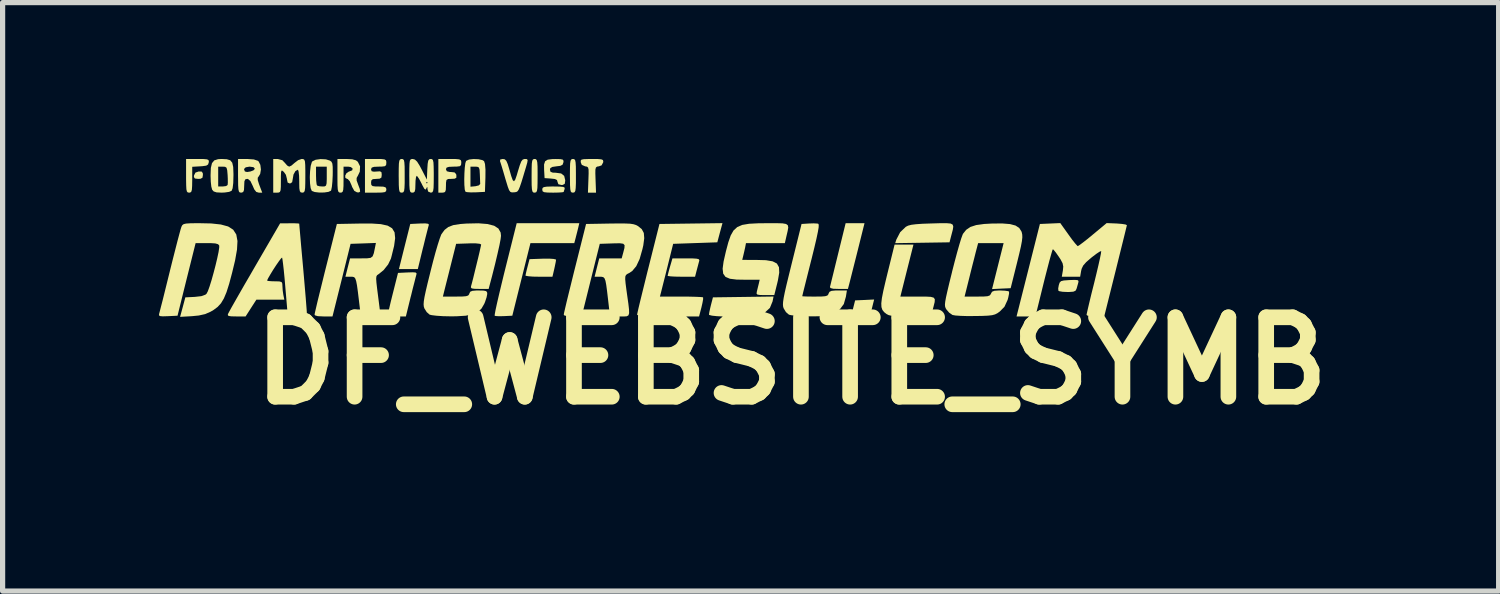
<source format=kicad_pcb>
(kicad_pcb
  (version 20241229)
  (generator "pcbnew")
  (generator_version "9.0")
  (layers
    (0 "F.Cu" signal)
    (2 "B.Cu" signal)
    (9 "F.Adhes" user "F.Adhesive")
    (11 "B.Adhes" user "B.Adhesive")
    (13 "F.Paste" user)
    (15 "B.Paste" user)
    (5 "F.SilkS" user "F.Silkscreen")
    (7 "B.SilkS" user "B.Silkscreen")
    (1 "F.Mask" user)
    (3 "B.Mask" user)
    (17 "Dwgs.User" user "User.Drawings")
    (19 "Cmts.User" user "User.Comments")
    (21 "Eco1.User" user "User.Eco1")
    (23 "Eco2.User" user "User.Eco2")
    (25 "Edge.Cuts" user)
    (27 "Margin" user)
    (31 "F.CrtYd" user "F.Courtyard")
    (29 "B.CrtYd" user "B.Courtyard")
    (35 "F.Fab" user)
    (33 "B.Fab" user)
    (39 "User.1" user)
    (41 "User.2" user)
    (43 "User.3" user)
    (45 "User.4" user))
  (footprint "DF_WEBSITE_SYMB"
    (layer "F.Cu")
    (at 12.135 3.872)
    (property "Reference" "DF_WEBSITE_SYMB" (at 0 0 0) (layer "F.SilkS") (effects (font (size 1.524 1.524) (thickness 0.3))))
    (attr board_only exclude_from_pos_files exclude_from_bom)
    (fp_poly (pts (xy -11.314 -3.63) (xy -11.294 -3.598) (xy -11.292 -3.566) (xy -11.301 -3.512) (xy -11.339 -3.492) (xy -11.382 -3.49) (xy -11.445 -3.497) (xy -11.465 -3.525) (xy -11.463 -3.556) (xy -11.435 -3.611) (xy -11.373 -3.632)) (stroke (width 0) (type solid)) (fill yes) (layer "F.SilkS"))
    (fp_poly (pts (xy -6.971 -2.629) (xy -6.956 -2.611) (xy -6.958 -2.605) (xy -6.97 -2.563) (xy -6.992 -2.477) (xy -7.023 -2.356) (xy -7.058 -2.212) (xy -7.071 -2.163) (xy -7.169 -1.76) (xy -7.531 -1.76) (xy -7.423 -2.192) (xy -7.314 -2.625) (xy -7.129 -2.634) (xy -7.026 -2.636)) (stroke (width 0) (type solid)) (fill yes) (layer "F.SilkS"))
    (fp_poly (pts (xy 1.565 -1.094) (xy 1.537 -0.981) (xy 1.514 -0.913) (xy 1.486 -0.877) (xy 1.441 -0.863) (xy 1.369 -0.858) (xy 1.346 -0.857) (xy 1.254 -0.855) (xy 1.188 -0.859) (xy 1.168 -0.865) (xy 1.165 -0.902) (xy 1.175 -0.974) (xy 1.186 -1.021) (xy 1.221 -1.159) (xy 1.403 -1.167) (xy 1.586 -1.176)) (stroke (width 0) (type solid)) (fill yes) (layer "F.SilkS"))
    (fp_poly (pts (xy -4.562 -1.954) (xy -4.519 -1.943) (xy -4.517 -1.939) (xy -4.523 -1.896) (xy -4.539 -1.818) (xy -4.551 -1.762) (xy -4.586 -1.613) (xy -4.845 -1.613) (xy -4.959 -1.615) (xy -5.048 -1.622) (xy -5.097 -1.631) (xy -5.103 -1.635) (xy -5.096 -1.674) (xy -5.078 -1.75) (xy -5.064 -1.804) (xy -5.026 -1.95) (xy -4.772 -1.959) (xy -4.649 -1.96)) (stroke (width 0) (type solid)) (fill yes) (layer "F.SilkS"))
    (fp_poly (pts (xy -1.895 -1.964) (xy -1.818 -1.959) (xy -1.779 -1.949) (xy -1.768 -1.931) (xy -1.771 -1.914) (xy -1.787 -1.854) (xy -1.81 -1.767) (xy -1.818 -1.738) (xy -1.85 -1.613) (xy -2.113 -1.613) (xy -2.229 -1.615) (xy -2.319 -1.62) (xy -2.369 -1.627) (xy -2.376 -1.631) (xy -2.368 -1.666) (xy -2.349 -1.74) (xy -2.33 -1.807) (xy -2.284 -1.965) (xy -2.02 -1.965)) (stroke (width 0) (type solid)) (fill yes) (layer "F.SilkS"))
    (fp_poly (pts (xy -0.363 -1.139) (xy -0.414 -1.015) (xy -0.513 -0.924) (xy -0.578 -0.891) (xy -0.642 -0.875) (xy -0.744 -0.863) (xy -0.874 -0.854) (xy -1.019 -0.849) (xy -1.168 -0.848) (xy -1.309 -0.85) (xy -1.432 -0.856) (xy -1.525 -0.866) (xy -1.577 -0.879) (xy -1.583 -0.887) (xy -1.576 -0.935) (xy -1.558 -1.017) (xy -1.545 -1.071) (xy -1.507 -1.217) (xy -0.344 -1.233)) (stroke (width 0) (type solid)) (fill yes) (layer "F.SilkS"))
    (fp_poly (pts (xy 1.271 -2.119) (xy 1.227 -1.944) (xy 1.186 -1.782) (xy 1.151 -1.643) (xy 1.125 -1.54) (xy 1.112 -1.489) (xy 1.083 -1.379) (xy 0.906 -1.379) (xy 0.802 -1.382) (xy 0.749 -1.395) (xy 0.738 -1.416) (xy 0.748 -1.454) (xy 0.769 -1.541) (xy 0.8 -1.666) (xy 0.838 -1.822) (xy 0.881 -1.997) (xy 0.893 -2.046) (xy 1.039 -2.64) (xy 1.401 -2.64)) (stroke (width 0) (type solid)) (fill yes) (layer "F.SilkS"))
    (fp_poly (pts (xy 3.054 -2.633) (xy 3.093 -2.612) (xy 3.104 -2.574) (xy 3.095 -2.515) (xy 3.073 -2.431) (xy 3.07 -2.42) (xy 3.032 -2.273) (xy 1.99 -2.257) (xy 2.011 -2.324) (xy 2.086 -2.468) (xy 2.194 -2.571) (xy 2.238 -2.593) (xy 2.299 -2.609) (xy 2.387 -2.62) (xy 2.513 -2.629) (xy 2.687 -2.635) (xy 2.691 -2.635) (xy 2.86 -2.64) (xy 2.979 -2.64)) (stroke (width 0) (type solid)) (fill yes) (layer "F.SilkS"))
    (fp_poly (pts (xy -7.212 -1.694) (xy -7.193 -1.678) (xy -7.197 -1.651) (xy -7.21 -1.604) (xy -7.233 -1.512) (xy -7.265 -1.389) (xy -7.3 -1.246) (xy -7.306 -1.225) (xy -7.398 -0.851) (xy -7.571 -0.851) (xy -7.679 -0.856) (xy -7.734 -0.872) (xy -7.742 -0.887) (xy -7.735 -0.928) (xy -7.716 -1.014) (xy -7.688 -1.133) (xy -7.653 -1.274) (xy -7.645 -1.305) (xy -7.549 -1.686) (xy -7.365 -1.695) (xy -7.265 -1.698)) (stroke (width 0) (type solid)) (fill yes) (layer "F.SilkS"))
    (fp_poly (pts (xy -4.444 -3.342) (xy -4.379 -3.336) (xy -4.352 -3.322) (xy -4.352 -3.299) (xy -4.352 -3.297) (xy -4.368 -3.251) (xy -4.37 -3.239) (xy -4.397 -3.233) (xy -4.468 -3.228) (xy -4.567 -3.226) (xy -4.576 -3.226) (xy -4.683 -3.228) (xy -4.745 -3.235) (xy -4.774 -3.251) (xy -4.781 -3.28) (xy -4.781 -3.285) (xy -4.776 -3.315) (xy -4.752 -3.332) (xy -4.698 -3.341) (xy -4.602 -3.344) (xy -4.558 -3.344)) (stroke (width 0) (type solid)) (fill yes) (layer "F.SilkS"))
    (fp_poly (pts (xy -4.09 -2.559) (xy -4.111 -2.474) (xy -4.136 -2.377) (xy -4.138 -2.368) (xy -4.167 -2.258) (xy -5.008 -2.258) (xy -5.182 -1.562) (xy -5.356 -0.865) (xy -5.517 -0.857) (xy -5.609 -0.855) (xy -5.675 -0.859) (xy -5.695 -0.865) (xy -5.692 -0.897) (xy -5.677 -0.978) (xy -5.65 -1.102) (xy -5.613 -1.262) (xy -5.568 -1.451) (xy -5.517 -1.661) (xy -5.492 -1.761) (xy -5.272 -2.64) (xy -4.071 -2.64)) (stroke (width 0) (type solid)) (fill yes) (layer "F.SilkS"))
    (fp_poly (pts (xy 5.488 -1.548) (xy 5.507 -1.532) (xy 5.503 -1.501) (xy 5.502 -1.497) (xy 5.479 -1.416) (xy 5.468 -1.379) (xy 5.449 -1.344) (xy 5.407 -1.326) (xy 5.326 -1.32) (xy 5.294 -1.32) (xy 5.203 -1.324) (xy 5.139 -1.335) (xy 5.121 -1.344) (xy 5.117 -1.388) (xy 5.129 -1.454) (xy 5.145 -1.501) (xy 5.172 -1.528) (xy 5.225 -1.541) (xy 5.32 -1.548) (xy 5.335 -1.549) (xy 5.435 -1.552)) (stroke (width 0) (type solid)) (fill yes) (layer "F.SilkS"))
    (fp_poly (pts (xy -11.28 -3.871) (xy -11.215 -3.865) (xy -11.185 -3.852) (xy -11.178 -3.827) (xy -11.18 -3.806) (xy -11.193 -3.766) (xy -11.228 -3.744) (xy -11.301 -3.734) (xy -11.343 -3.731) (xy -11.497 -3.722) (xy -11.497 -3.474) (xy -11.499 -3.353) (xy -11.504 -3.28) (xy -11.516 -3.242) (xy -11.537 -3.228) (xy -11.556 -3.226) (xy -11.582 -3.23) (xy -11.599 -3.248) (xy -11.609 -3.29) (xy -11.613 -3.367) (xy -11.615 -3.488) (xy -11.615 -3.549) (xy -11.615 -3.872) (xy -11.393 -3.872)) (stroke (width 0) (type solid)) (fill yes) (layer "F.SilkS"))
    (fp_poly (pts (xy -7.453 -3.868) (xy -7.436 -3.849) (xy -7.427 -3.806) (xy -7.422 -3.728) (xy -7.421 -3.604) (xy -7.421 -3.549) (xy -7.421 -3.408) (xy -7.425 -3.315) (xy -7.432 -3.261) (xy -7.446 -3.235) (xy -7.468 -3.227) (xy -7.478 -3.226) (xy -7.503 -3.23) (xy -7.52 -3.249) (xy -7.529 -3.293) (xy -7.534 -3.372) (xy -7.535 -3.495) (xy -7.536 -3.549) (xy -7.535 -3.69) (xy -7.532 -3.783) (xy -7.524 -3.837) (xy -7.51 -3.863) (xy -7.488 -3.871) (xy -7.478 -3.872)) (stroke (width 0) (type solid)) (fill yes) (layer "F.SilkS"))
    (fp_poly (pts (xy -4.903 -3.868) (xy -4.887 -3.849) (xy -4.877 -3.806) (xy -4.872 -3.728) (xy -4.871 -3.605) (xy -4.871 -3.549) (xy -4.872 -3.408) (xy -4.875 -3.315) (xy -4.883 -3.261) (xy -4.897 -3.235) (xy -4.919 -3.227) (xy -4.929 -3.226) (xy -4.954 -3.23) (xy -4.97 -3.249) (xy -4.98 -3.293) (xy -4.985 -3.371) (xy -4.986 -3.495) (xy -4.986 -3.549) (xy -4.985 -3.69) (xy -4.982 -3.783) (xy -4.974 -3.837) (xy -4.96 -3.863) (xy -4.938 -3.871) (xy -4.929 -3.872)) (stroke (width 0) (type solid)) (fill yes) (layer "F.SilkS"))
    (fp_poly (pts (xy -4.168 -3.868) (xy -4.151 -3.849) (xy -4.142 -3.806) (xy -4.137 -3.728) (xy -4.136 -3.604) (xy -4.136 -3.549) (xy -4.136 -3.408) (xy -4.14 -3.315) (xy -4.147 -3.261) (xy -4.161 -3.235) (xy -4.183 -3.227) (xy -4.193 -3.226) (xy -4.218 -3.23) (xy -4.235 -3.249) (xy -4.244 -3.293) (xy -4.249 -3.372) (xy -4.25 -3.495) (xy -4.251 -3.549) (xy -4.25 -3.69) (xy -4.247 -3.783) (xy -4.239 -3.837) (xy -4.225 -3.863) (xy -4.203 -3.871) (xy -4.193 -3.872)) (stroke (width 0) (type solid)) (fill yes) (layer "F.SilkS"))
    (fp_poly (pts (xy -3.715 -3.871) (xy -3.649 -3.865) (xy -3.618 -3.852) (xy -3.611 -3.828) (xy -3.613 -3.806) (xy -3.644 -3.749) (xy -3.696 -3.731) (xy -3.731 -3.725) (xy -3.752 -3.708) (xy -3.762 -3.668) (xy -3.763 -3.594) (xy -3.759 -3.474) (xy -3.75 -3.226) (xy -3.905 -3.226) (xy -3.896 -3.474) (xy -3.892 -3.595) (xy -3.893 -3.669) (xy -3.903 -3.708) (xy -3.924 -3.725) (xy -3.96 -3.731) (xy -4.023 -3.759) (xy -4.042 -3.806) (xy -4.044 -3.839) (xy -4.029 -3.859) (xy -3.986 -3.868) (xy -3.902 -3.871) (xy -3.828 -3.872)) (stroke (width 0) (type solid)) (fill yes) (layer "F.SilkS"))
    (fp_poly (pts (xy 2.214 -1.73) (xy 2.089 -1.232) (xy 2.423 -1.232) (xy 2.572 -1.232) (xy 2.671 -1.227) (xy 2.727 -1.212) (xy 2.75 -1.181) (xy 2.747 -1.127) (xy 2.726 -1.043) (xy 2.718 -1.012) (xy 2.68 -0.865) (xy 2.286 -0.857) (xy 2.119 -0.855) (xy 1.999 -0.857) (xy 1.917 -0.864) (xy 1.863 -0.877) (xy 1.824 -0.897) (xy 1.824 -0.897) (xy 1.777 -0.934) (xy 1.744 -0.976) (xy 1.726 -1.03) (xy 1.723 -1.103) (xy 1.735 -1.205) (xy 1.762 -1.342) (xy 1.804 -1.523) (xy 1.838 -1.663) (xy 1.978 -2.229) (xy 2.34 -2.229)) (stroke (width 0) (type solid)) (fill yes) (layer "F.SilkS"))
    (fp_poly (pts (xy -4.432 -3.869) (xy -4.387 -3.859) (xy -4.373 -3.835) (xy -4.376 -3.806) (xy -4.392 -3.762) (xy -4.435 -3.74) (xy -4.51 -3.731) (xy -4.59 -3.719) (xy -4.627 -3.697) (xy -4.634 -3.665) (xy -4.623 -3.626) (xy -4.58 -3.61) (xy -4.523 -3.608) (xy -4.419 -3.594) (xy -4.361 -3.548) (xy -4.341 -3.464) (xy -4.341 -3.455) (xy -4.35 -3.395) (xy -4.389 -3.374) (xy -4.414 -3.373) (xy -4.472 -3.387) (xy -4.488 -3.43) (xy -4.499 -3.468) (xy -4.543 -3.488) (xy -4.612 -3.496) (xy -4.737 -3.505) (xy -4.746 -3.664) (xy -4.747 -3.766) (xy -4.727 -3.828) (xy -4.677 -3.859) (xy -4.585 -3.87) (xy -4.522 -3.871)) (stroke (width 0) (type solid)) (fill yes) (layer "F.SilkS"))
    (fp_poly (pts (xy -6.443 -3.871) (xy -6.378 -3.865) (xy -6.346 -3.851) (xy -6.336 -3.824) (xy -6.335 -3.798) (xy -6.34 -3.755) (xy -6.364 -3.733) (xy -6.423 -3.726) (xy -6.482 -3.725) (xy -6.571 -3.721) (xy -6.616 -3.707) (xy -6.629 -3.678) (xy -6.629 -3.673) (xy -6.612 -3.636) (xy -6.555 -3.622) (xy -6.533 -3.622) (xy -6.464 -3.614) (xy -6.434 -3.581) (xy -6.429 -3.556) (xy -6.43 -3.512) (xy -6.461 -3.494) (xy -6.524 -3.49) (xy -6.588 -3.488) (xy -6.619 -3.469) (xy -6.628 -3.418) (xy -6.629 -3.358) (xy -6.632 -3.277) (xy -6.647 -3.238) (xy -6.682 -3.227) (xy -6.702 -3.226) (xy -6.775 -3.226) (xy -6.775 -3.872) (xy -6.555 -3.872)) (stroke (width 0) (type solid)) (fill yes) (layer "F.SilkS"))
    (fp_poly (pts (xy -1.374 -2.457) (xy -1.423 -2.273) (xy -2.27 -2.244) (xy -2.376 -1.818) (xy -2.415 -1.662) (xy -2.451 -1.52) (xy -2.48 -1.405) (xy -2.499 -1.329) (xy -2.503 -1.313) (xy -2.524 -1.232) (xy -2.117 -1.232) (xy -1.969 -1.231) (xy -1.843 -1.228) (xy -1.75 -1.224) (xy -1.701 -1.219) (xy -1.696 -1.217) (xy -1.695 -1.183) (xy -1.708 -1.11) (xy -1.727 -1.027) (xy -1.773 -0.851) (xy -2.368 -0.851) (xy -2.579 -0.851) (xy -2.738 -0.854) (xy -2.85 -0.859) (xy -2.92 -0.867) (xy -2.955 -0.878) (xy -2.962 -0.887) (xy -2.954 -0.924) (xy -2.935 -1.01) (xy -2.904 -1.139) (xy -2.864 -1.302) (xy -2.817 -1.492) (xy -2.765 -1.703) (xy -2.747 -1.774) (xy -2.533 -2.625) (xy -1.324 -2.641)) (stroke (width 0) (type solid)) (fill yes) (layer "F.SilkS"))
    (fp_poly (pts (xy -6.006 -3.867) (xy -5.929 -3.85) (xy -5.898 -3.831) (xy -5.88 -3.776) (xy -5.871 -3.667) (xy -5.872 -3.515) (xy -5.881 -3.241) (xy -6.058 -3.232) (xy -6.155 -3.231) (xy -6.228 -3.236) (xy -6.256 -3.245) (xy -6.269 -3.287) (xy -6.273 -3.34) (xy -6.159 -3.34) (xy -6.064 -3.349) (xy -5.999 -3.365) (xy -5.972 -3.393) (xy -5.972 -3.395) (xy -5.974 -3.444) (xy -5.977 -3.528) (xy -5.979 -3.578) (xy -5.984 -3.665) (xy -5.997 -3.708) (xy -6.029 -3.723) (xy -6.071 -3.725) (xy -6.159 -3.725) (xy -6.159 -3.34) (xy -6.273 -3.34) (xy -6.276 -3.37) (xy -6.278 -3.479) (xy -6.275 -3.597) (xy -6.268 -3.707) (xy -6.257 -3.792) (xy -6.242 -3.836) (xy -6.241 -3.836) (xy -6.186 -3.861) (xy -6.1 -3.871)) (stroke (width 0) (type solid)) (fill yes) (layer "F.SilkS"))
    (fp_poly (pts (xy -10.834 -3.867) (xy -10.768 -3.847) (xy -10.729 -3.8) (xy -10.711 -3.718) (xy -10.706 -3.589) (xy -10.706 -3.554) (xy -10.71 -3.411) (xy -10.722 -3.311) (xy -10.741 -3.262) (xy -10.789 -3.241) (xy -10.872 -3.229) (xy -10.93 -3.226) (xy -11.029 -3.231) (xy -11.085 -3.249) (xy -11.115 -3.283) (xy -11.13 -3.339) (xy -11.131 -3.344) (xy -10.999 -3.344) (xy -10.913 -3.344) (xy -10.849 -3.352) (xy -10.818 -3.373) (xy -10.814 -3.416) (xy -10.815 -3.497) (xy -10.818 -3.563) (xy -10.826 -3.656) (xy -10.839 -3.704) (xy -10.867 -3.722) (xy -10.914 -3.725) (xy -10.999 -3.725) (xy -10.999 -3.344) (xy -11.131 -3.344) (xy -11.141 -3.435) (xy -11.145 -3.549) (xy -11.145 -3.56) (xy -11.14 -3.7) (xy -11.118 -3.792) (xy -11.074 -3.845) (xy -11.001 -3.868) (xy -10.936 -3.872)) (stroke (width 0) (type solid)) (fill yes) (layer "F.SilkS"))
    (fp_poly (pts (xy -5.076 -3.869) (xy -5.062 -3.851) (xy -5.069 -3.803) (xy -5.089 -3.732) (xy -5.142 -3.555) (xy -5.181 -3.427) (xy -5.211 -3.339) (xy -5.234 -3.284) (xy -5.255 -3.253) (xy -5.278 -3.239) (xy -5.306 -3.234) (xy -5.324 -3.232) (xy -5.365 -3.231) (xy -5.394 -3.241) (xy -5.418 -3.274) (xy -5.443 -3.34) (xy -5.476 -3.448) (xy -5.492 -3.501) (xy -5.528 -3.625) (xy -5.56 -3.731) (xy -5.583 -3.804) (xy -5.591 -3.825) (xy -5.589 -3.861) (xy -5.54 -3.872) (xy -5.539 -3.872) (xy -5.5 -3.865) (xy -5.471 -3.836) (xy -5.444 -3.774) (xy -5.414 -3.674) (xy -5.376 -3.542) (xy -5.348 -3.466) (xy -5.324 -3.444) (xy -5.3 -3.476) (xy -5.271 -3.559) (xy -5.249 -3.634) (xy -5.213 -3.751) (xy -5.185 -3.823) (xy -5.158 -3.859) (xy -5.126 -3.871) (xy -5.114 -3.872)) (stroke (width 0) (type solid)) (fill yes) (layer "F.SilkS"))
    (fp_poly (pts (xy -7.871 -3.871) (xy -7.809 -3.864) (xy -7.781 -3.848) (xy -7.773 -3.818) (xy -7.773 -3.798) (xy -7.777 -3.755) (xy -7.802 -3.733) (xy -7.86 -3.726) (xy -7.919 -3.725) (xy -8.008 -3.721) (xy -8.052 -3.707) (xy -8.066 -3.678) (xy -8.066 -3.672) (xy -8.055 -3.637) (xy -8.012 -3.628) (xy -7.963 -3.631) (xy -7.894 -3.635) (xy -7.866 -3.617) (xy -7.861 -3.567) (xy -7.868 -3.515) (xy -7.901 -3.494) (xy -7.963 -3.49) (xy -8.033 -3.485) (xy -8.061 -3.46) (xy -8.066 -3.417) (xy -8.061 -3.373) (xy -8.037 -3.352) (xy -7.978 -3.344) (xy -7.919 -3.344) (xy -7.831 -3.341) (xy -7.787 -3.327) (xy -7.773 -3.299) (xy -7.773 -3.285) (xy -7.778 -3.254) (xy -7.803 -3.236) (xy -7.86 -3.228) (xy -7.961 -3.226) (xy -7.978 -3.226) (xy -8.183 -3.226) (xy -8.183 -3.872) (xy -7.978 -3.872)) (stroke (width 0) (type solid)) (fill yes) (layer "F.SilkS"))
    (fp_poly (pts (xy -8.932 -3.865) (xy -8.854 -3.84) (xy -8.826 -3.819) (xy -8.809 -3.784) (xy -8.802 -3.723) (xy -8.801 -3.622) (xy -8.802 -3.555) (xy -8.808 -3.435) (xy -8.818 -3.336) (xy -8.831 -3.274) (xy -8.836 -3.263) (xy -8.883 -3.241) (xy -8.965 -3.229) (xy -9.061 -3.228) (xy -9.147 -3.238) (xy -9.202 -3.259) (xy -9.204 -3.262) (xy -9.225 -3.313) (xy -9.237 -3.405) (xy -9.241 -3.519) (xy -9.24 -3.554) (xy -9.122 -3.554) (xy -9.119 -3.458) (xy -9.111 -3.388) (xy -9.102 -3.363) (xy -9.061 -3.349) (xy -8.999 -3.344) (xy -8.955 -3.346) (xy -8.93 -3.362) (xy -8.919 -3.405) (xy -8.916 -3.487) (xy -8.916 -3.534) (xy -8.916 -3.725) (xy -9.122 -3.725) (xy -9.122 -3.554) (xy -9.24 -3.554) (xy -9.236 -3.636) (xy -9.224 -3.739) (xy -9.203 -3.81) (xy -9.193 -3.826) (xy -9.129 -3.857) (xy -9.034 -3.87)) (stroke (width 0) (type solid)) (fill yes) (layer "F.SilkS"))
    (fp_poly (pts (xy -8.427 -3.866) (xy -8.356 -3.846) (xy -8.32 -3.818) (xy -8.277 -3.731) (xy -8.282 -3.629) (xy -8.316 -3.557) (xy -8.343 -3.508) (xy -8.343 -3.46) (xy -8.316 -3.386) (xy -8.316 -3.385) (xy -8.282 -3.295) (xy -8.276 -3.246) (xy -8.299 -3.23) (xy -8.335 -3.232) (xy -8.387 -3.26) (xy -8.429 -3.335) (xy -8.44 -3.366) (xy -8.475 -3.445) (xy -8.513 -3.487) (xy -8.525 -3.49) (xy -8.559 -3.509) (xy -8.562 -3.552) (xy -8.538 -3.599) (xy -8.494 -3.629) (xy -8.484 -3.632) (xy -8.428 -3.654) (xy -8.419 -3.688) (xy -8.454 -3.717) (xy -8.506 -3.725) (xy -8.594 -3.725) (xy -8.594 -3.476) (xy -8.595 -3.354) (xy -8.6 -3.28) (xy -8.612 -3.242) (xy -8.633 -3.228) (xy -8.652 -3.226) (xy -8.678 -3.23) (xy -8.695 -3.248) (xy -8.705 -3.29) (xy -8.71 -3.367) (xy -8.711 -3.488) (xy -8.711 -3.549) (xy -8.711 -3.872) (xy -8.54 -3.872)) (stroke (width 0) (type solid)) (fill yes) (layer "F.SilkS"))
    (fp_poly (pts (xy -0.173 -2.637) (xy -0.104 -2.625) (xy -0.07 -2.6) (xy -0.062 -2.556) (xy -0.074 -2.488) (xy -0.093 -2.407) (xy -0.127 -2.258) (xy -0.873 -2.258) (xy -0.889 -2.174) (xy -0.91 -2.081) (xy -0.926 -2.013) (xy -0.945 -1.936) (xy -0.67 -1.935) (xy -0.49 -1.93) (xy -0.361 -1.908) (xy -0.28 -1.866) (xy -0.24 -1.795) (xy -0.235 -1.691) (xy -0.26 -1.545) (xy -0.273 -1.489) (xy -0.33 -1.261) (xy -0.505 -1.261) (xy -0.602 -1.262) (xy -0.653 -1.27) (xy -0.67 -1.289) (xy -0.665 -1.326) (xy -0.663 -1.335) (xy -0.641 -1.425) (xy -0.627 -1.481) (xy -0.61 -1.555) (xy -0.875 -1.555) (xy -1.052 -1.558) (xy -1.181 -1.574) (xy -1.265 -1.609) (xy -1.31 -1.671) (xy -1.321 -1.767) (xy -1.303 -1.903) (xy -1.261 -2.087) (xy -1.258 -2.1) (xy -1.212 -2.273) (xy -1.166 -2.405) (xy -1.112 -2.5) (xy -1.04 -2.566) (xy -0.944 -2.607) (xy -0.813 -2.629) (xy -0.64 -2.638) (xy -0.447 -2.64) (xy -0.285 -2.64)) (stroke (width 0) (type solid)) (fill yes) (layer "F.SilkS"))
    (fp_poly (pts (xy -10.315 -3.863) (xy -10.238 -3.837) (xy -10.224 -3.826) (xy -10.19 -3.759) (xy -10.179 -3.67) (xy -10.193 -3.586) (xy -10.218 -3.543) (xy -10.24 -3.512) (xy -10.24 -3.467) (xy -10.216 -3.39) (xy -10.207 -3.366) (xy -10.154 -3.226) (xy -10.22 -3.226) (xy -10.268 -3.24) (xy -10.307 -3.289) (xy -10.337 -3.358) (xy -10.381 -3.449) (xy -10.427 -3.488) (xy -10.444 -3.49) (xy -10.479 -3.481) (xy -10.496 -3.443) (xy -10.5 -3.361) (xy -10.5 -3.358) (xy -10.504 -3.276) (xy -10.52 -3.237) (xy -10.555 -3.226) (xy -10.559 -3.226) (xy -10.585 -3.23) (xy -10.601 -3.248) (xy -10.611 -3.29) (xy -10.616 -3.367) (xy -10.617 -3.488) (xy -10.618 -3.549) (xy -10.618 -3.679) (xy -10.504 -3.679) (xy -10.488 -3.634) (xy -10.486 -3.632) (xy -10.444 -3.622) (xy -10.38 -3.632) (xy -10.322 -3.654) (xy -10.295 -3.683) (xy -10.295 -3.684) (xy -10.322 -3.715) (xy -10.398 -3.725) (xy -10.471 -3.712) (xy -10.504 -3.679) (xy -10.618 -3.679) (xy -10.618 -3.872) (xy -10.444 -3.872)) (stroke (width 0) (type solid)) (fill yes) (layer "F.SilkS"))
    (fp_poly (pts (xy -9.768 -3.848) (xy -9.72 -3.798) (xy -9.675 -3.746) (xy -9.637 -3.725) (xy -9.594 -3.745) (xy -9.538 -3.793) (xy -9.532 -3.798) (xy -9.465 -3.849) (xy -9.398 -3.872) (xy -9.395 -3.872) (xy -9.365 -3.869) (xy -9.346 -3.856) (xy -9.334 -3.822) (xy -9.329 -3.756) (xy -9.327 -3.648) (xy -9.327 -3.549) (xy -9.328 -3.408) (xy -9.331 -3.315) (xy -9.339 -3.261) (xy -9.353 -3.235) (xy -9.375 -3.227) (xy -9.386 -3.226) (xy -9.416 -3.232) (xy -9.433 -3.255) (xy -9.442 -3.31) (xy -9.444 -3.407) (xy -9.444 -3.446) (xy -9.447 -3.551) (xy -9.456 -3.629) (xy -9.468 -3.665) (xy -9.47 -3.666) (xy -9.517 -3.64) (xy -9.554 -3.574) (xy -9.568 -3.492) (xy -9.58 -3.426) (xy -9.616 -3.403) (xy -9.625 -3.402) (xy -9.666 -3.419) (xy -9.679 -3.479) (xy -9.679 -3.486) (xy -9.7 -3.568) (xy -9.738 -3.622) (xy -9.767 -3.647) (xy -9.785 -3.648) (xy -9.793 -3.615) (xy -9.796 -3.541) (xy -9.796 -3.451) (xy -9.797 -3.338) (xy -9.802 -3.271) (xy -9.816 -3.238) (xy -9.842 -3.227) (xy -9.87 -3.226) (xy -9.943 -3.226) (xy -9.943 -3.872) (xy -9.856 -3.872)) (stroke (width 0) (type solid)) (fill yes) (layer "F.SilkS"))
    (fp_poly (pts (xy 0.496 -2.633) (xy 0.514 -2.629) (xy 0.523 -2.609) (xy 0.521 -2.559) (xy 0.506 -2.471) (xy 0.479 -2.343) (xy 0.438 -2.168) (xy 0.382 -1.941) (xy 0.379 -1.931) (xy 0.331 -1.74) (xy 0.288 -1.569) (xy 0.252 -1.425) (xy 0.225 -1.318) (xy 0.21 -1.254) (xy 0.206 -1.239) (xy 0.233 -1.236) (xy 0.305 -1.233) (xy 0.408 -1.232) (xy 0.451 -1.232) (xy 0.572 -1.233) (xy 0.647 -1.239) (xy 0.688 -1.252) (xy 0.707 -1.275) (xy 0.712 -1.291) (xy 0.73 -1.324) (xy 0.769 -1.342) (xy 0.845 -1.349) (xy 0.896 -1.349) (xy 1.063 -1.349) (xy 1.044 -1.23) (xy 1.004 -1.089) (xy 0.928 -0.987) (xy 0.81 -0.911) (xy 0.743 -0.883) (xy 0.671 -0.866) (xy 0.578 -0.856) (xy 0.449 -0.853) (xy 0.35 -0.853) (xy 0.21 -0.856) (xy 0.086 -0.864) (xy -0.007 -0.875) (xy -0.049 -0.885) (xy -0.106 -0.934) (xy -0.15 -1.006) (xy -0.16 -1.037) (xy -0.164 -1.077) (xy -0.161 -1.131) (xy -0.15 -1.207) (xy -0.129 -1.312) (xy -0.097 -1.452) (xy -0.052 -1.636) (xy 0.003 -1.86) (xy 0.193 -2.625) (xy 0.335 -2.634) (xy 0.426 -2.637)) (stroke (width 0) (type solid)) (fill yes) (layer "F.SilkS"))
    (fp_poly (pts (xy -6.895 -3.868) (xy -6.879 -3.849) (xy -6.869 -3.805) (xy -6.865 -3.726) (xy -6.863 -3.603) (xy -6.863 -3.549) (xy -6.864 -3.408) (xy -6.867 -3.315) (xy -6.875 -3.261) (xy -6.889 -3.235) (xy -6.911 -3.227) (xy -6.922 -3.226) (xy -6.971 -3.247) (xy -6.983 -3.292) (xy -6.987 -3.336) (xy -6.998 -3.324) (xy -7.006 -3.305) (xy -7.022 -3.283) (xy -7.045 -3.302) (xy -7.081 -3.367) (xy -7.097 -3.4) (xy -7.106 -3.417) (xy -7.01 -3.417) (xy -6.995 -3.402) (xy -6.981 -3.417) (xy -6.995 -3.432) (xy -7.01 -3.417) (xy -7.106 -3.417) (xy -7.139 -3.481) (xy -7.175 -3.535) (xy -7.191 -3.549) (xy -7.204 -3.522) (xy -7.213 -3.454) (xy -7.215 -3.388) (xy -7.218 -3.294) (xy -7.229 -3.246) (xy -7.253 -3.228) (xy -7.274 -3.226) (xy -7.3 -3.23) (xy -7.316 -3.248) (xy -7.326 -3.29) (xy -7.331 -3.367) (xy -7.332 -3.488) (xy -7.333 -3.549) (xy -7.332 -3.69) (xy -7.329 -3.782) (xy -7.322 -3.836) (xy -7.308 -3.863) (xy -7.285 -3.871) (xy -7.266 -3.872) (xy -7.224 -3.86) (xy -7.182 -3.82) (xy -7.132 -3.74) (xy -7.097 -3.674) (xy -6.995 -3.476) (xy -6.987 -3.674) (xy -6.98 -3.78) (xy -6.969 -3.84) (xy -6.95 -3.866) (xy -6.921 -3.872)) (stroke (width 0) (type solid)) (fill yes) (layer "F.SilkS"))
    (fp_poly (pts (xy -7.879 -2.622) (xy -7.748 -2.593) (xy -7.662 -2.542) (xy -7.615 -2.464) (xy -7.604 -2.353) (xy -7.624 -2.204) (xy -7.671 -2.013) (xy -7.685 -1.96) (xy -7.739 -1.848) (xy -7.826 -1.739) (xy -7.927 -1.658) (xy -7.929 -1.657) (xy -7.951 -1.642) (xy -7.964 -1.617) (xy -7.968 -1.574) (xy -7.963 -1.5) (xy -7.95 -1.387) (xy -7.936 -1.277) (xy -7.918 -1.137) (xy -7.903 -1.018) (xy -7.893 -0.93) (xy -7.89 -0.888) (xy -7.911 -0.866) (xy -7.977 -0.854) (xy -8.076 -0.851) (xy -8.262 -0.851) (xy -8.298 -1.151) (xy -8.319 -1.324) (xy -8.336 -1.448) (xy -8.352 -1.53) (xy -8.369 -1.579) (xy -8.39 -1.604) (xy -8.42 -1.612) (xy -8.46 -1.613) (xy -8.462 -1.613) (xy -8.558 -1.613) (xy -8.514 -1.789) (xy -8.469 -1.965) (xy -8.255 -1.965) (xy -8.142 -1.966) (xy -8.074 -1.975) (xy -8.036 -2.004) (xy -8.013 -2.064) (xy -7.992 -2.164) (xy -7.973 -2.261) (xy -8.216 -2.252) (xy -8.459 -2.244) (xy -8.632 -1.547) (xy -8.806 -0.851) (xy -8.979 -0.851) (xy -9.087 -0.856) (xy -9.142 -0.872) (xy -9.15 -0.887) (xy -9.143 -0.924) (xy -9.123 -1.01) (xy -9.093 -1.139) (xy -9.053 -1.302) (xy -9.006 -1.492) (xy -8.954 -1.703) (xy -8.936 -1.774) (xy -8.722 -2.625) (xy -8.292 -2.633) (xy -8.059 -2.634)) (stroke (width 0) (type solid)) (fill yes) (layer "F.SilkS"))
    (fp_poly (pts (xy -9.533 -2.638) (xy -9.466 -2.635) (xy -9.444 -2.631) (xy -9.442 -2.601) (xy -9.435 -2.52) (xy -9.424 -2.395) (xy -9.41 -2.234) (xy -9.393 -2.045) (xy -9.374 -1.835) (xy -9.371 -1.803) (xy -9.352 -1.586) (xy -9.335 -1.387) (xy -9.32 -1.212) (xy -9.309 -1.07) (xy -9.301 -0.969) (xy -9.298 -0.917) (xy -9.298 -0.915) (xy -9.302 -0.879) (xy -9.322 -0.859) (xy -9.373 -0.853) (xy -9.467 -0.856) (xy -9.481 -0.857) (xy -9.664 -0.865) (xy -9.711 -1.415) (xy -9.726 -1.589) (xy -9.741 -1.741) (xy -9.755 -1.864) (xy -9.766 -1.947) (xy -9.773 -1.981) (xy -9.773 -1.981) (xy -9.793 -1.964) (xy -9.834 -1.91) (xy -9.888 -1.832) (xy -9.946 -1.743) (xy -9.999 -1.656) (xy -10.04 -1.585) (xy -10.06 -1.543) (xy -10.06 -1.539) (xy -10.034 -1.531) (xy -9.966 -1.526) (xy -9.914 -1.525) (xy -9.827 -1.523) (xy -9.783 -1.511) (xy -9.769 -1.481) (xy -9.767 -1.441) (xy -9.761 -1.347) (xy -9.749 -1.265) (xy -9.73 -1.173) (xy -10.266 -1.173) (xy -10.37 -1.012) (xy -10.473 -0.851) (xy -10.651 -0.851) (xy -10.749 -0.853) (xy -10.8 -0.861) (xy -10.815 -0.879) (xy -10.81 -0.9) (xy -10.791 -0.936) (xy -10.747 -1.017) (xy -10.68 -1.135) (xy -10.594 -1.286) (xy -10.493 -1.462) (xy -10.38 -1.656) (xy -10.301 -1.793) (xy -9.811 -2.637) (xy -9.628 -2.638)) (stroke (width 0) (type solid)) (fill yes) (layer "F.SilkS"))
    (fp_poly (pts (xy -11.133 -2.635) (xy -10.948 -2.615) (xy -10.808 -2.577) (xy -10.711 -2.515) (xy -10.652 -2.424) (xy -10.629 -2.298) (xy -10.638 -2.133) (xy -10.675 -1.924) (xy -10.732 -1.688) (xy -10.788 -1.478) (xy -10.839 -1.317) (xy -10.89 -1.196) (xy -10.945 -1.104) (xy -11.01 -1.033) (xy -11.09 -0.974) (xy -11.146 -0.941) (xy -11.249 -0.896) (xy -11.371 -0.869) (xy -11.502 -0.856) (xy -11.73 -0.843) (xy -11.679 -1.03) (xy -11.629 -1.217) (xy -11.449 -1.226) (xy -11.323 -1.24) (xy -11.245 -1.268) (xy -11.223 -1.286) (xy -11.198 -1.333) (xy -11.165 -1.424) (xy -11.127 -1.545) (xy -11.088 -1.685) (xy -11.05 -1.83) (xy -11.017 -1.968) (xy -10.992 -2.086) (xy -10.979 -2.173) (xy -10.979 -2.212) (xy -11.002 -2.237) (xy -11.055 -2.252) (xy -11.149 -2.258) (xy -11.214 -2.258) (xy -11.432 -2.258) (xy -11.606 -1.562) (xy -11.779 -0.865) (xy -11.963 -0.856) (xy -12.063 -0.853) (xy -12.117 -0.858) (xy -12.135 -0.874) (xy -12.132 -0.9) (xy -12.121 -0.942) (xy -12.098 -1.033) (xy -12.064 -1.164) (xy -12.023 -1.329) (xy -11.976 -1.519) (xy -11.925 -1.725) (xy -11.924 -1.73) (xy -11.872 -1.938) (xy -11.823 -2.13) (xy -11.78 -2.298) (xy -11.744 -2.433) (xy -11.718 -2.528) (xy -11.703 -2.574) (xy -11.703 -2.574) (xy -11.687 -2.603) (xy -11.661 -2.622) (xy -11.614 -2.633) (xy -11.535 -2.638) (xy -11.412 -2.64) (xy -11.368 -2.64)) (stroke (width 0) (type solid)) (fill yes) (layer "F.SilkS"))
    (fp_poly (pts (xy -3.185 -2.634) (xy -3.094 -2.63) (xy -3.031 -2.62) (xy -2.983 -2.605) (xy -2.942 -2.583) (xy -2.941 -2.582) (xy -2.872 -2.525) (xy -2.833 -2.452) (xy -2.825 -2.352) (xy -2.843 -2.215) (xy -2.859 -2.144) (xy -2.913 -1.954) (xy -2.978 -1.815) (xy -3.056 -1.722) (xy -3.112 -1.685) (xy -3.15 -1.666) (xy -3.175 -1.646) (xy -3.188 -1.616) (xy -3.19 -1.566) (xy -3.183 -1.485) (xy -3.167 -1.362) (xy -3.153 -1.261) (xy -3.13 -1.099) (xy -3.117 -0.986) (xy -3.115 -0.913) (xy -3.128 -0.872) (xy -3.16 -0.854) (xy -3.213 -0.85) (xy -3.29 -0.851) (xy -3.295 -0.851) (xy -3.482 -0.851) (xy -3.518 -1.166) (xy -3.538 -1.336) (xy -3.554 -1.456) (xy -3.569 -1.535) (xy -3.587 -1.582) (xy -3.611 -1.605) (xy -3.643 -1.612) (xy -3.681 -1.613) (xy -3.777 -1.613) (xy -3.733 -1.789) (xy -3.688 -1.965) (xy -3.258 -1.965) (xy -3.228 -2.075) (xy -3.205 -2.164) (xy -3.202 -2.218) (xy -3.228 -2.246) (xy -3.293 -2.255) (xy -3.405 -2.253) (xy -3.437 -2.252) (xy -3.678 -2.244) (xy -3.852 -1.547) (xy -4.025 -0.851) (xy -4.198 -0.851) (xy -4.306 -0.856) (xy -4.361 -0.872) (xy -4.369 -0.887) (xy -4.362 -0.924) (xy -4.342 -1.01) (xy -4.312 -1.139) (xy -4.272 -1.302) (xy -4.225 -1.492) (xy -4.173 -1.703) (xy -4.155 -1.774) (xy -3.941 -2.625) (xy -3.489 -2.633) (xy -3.313 -2.635)) (stroke (width 0) (type solid)) (fill yes) (layer "F.SilkS"))
    (fp_poly (pts (xy 5.314 -2.422) (xy 5.384 -2.325) (xy 5.444 -2.25) (xy 5.483 -2.207) (xy 5.493 -2.2) (xy 5.523 -2.218) (xy 5.588 -2.266) (xy 5.679 -2.337) (xy 5.781 -2.421) (xy 6.047 -2.642) (xy 6.243 -2.634) (xy 6.34 -2.626) (xy 6.409 -2.615) (xy 6.435 -2.602) (xy 6.435 -2.602) (xy 6.427 -2.569) (xy 6.407 -2.486) (xy 6.376 -2.36) (xy 6.336 -2.199) (xy 6.289 -2.01) (xy 6.237 -1.8) (xy 6.216 -1.715) (xy 6 -0.851) (xy 5.83 -0.851) (xy 5.735 -0.855) (xy 5.675 -0.868) (xy 5.661 -0.881) (xy 5.668 -0.917) (xy 5.687 -1.002) (xy 5.716 -1.125) (xy 5.753 -1.279) (xy 5.797 -1.453) (xy 5.809 -1.501) (xy 5.852 -1.678) (xy 5.889 -1.835) (xy 5.918 -1.964) (xy 5.936 -2.055) (xy 5.942 -2.101) (xy 5.942 -2.105) (xy 5.914 -2.095) (xy 5.853 -2.055) (xy 5.771 -1.993) (xy 5.751 -1.977) (xy 5.655 -1.894) (xy 5.597 -1.828) (xy 5.567 -1.766) (xy 5.557 -1.724) (xy 5.538 -1.613) (xy 5.186 -1.613) (xy 5.207 -1.733) (xy 5.214 -1.808) (xy 5.201 -1.872) (xy 5.162 -1.946) (xy 5.128 -1.997) (xy 5.074 -2.074) (xy 5.032 -2.126) (xy 5.015 -2.141) (xy 5.003 -2.114) (xy 4.981 -2.038) (xy 4.948 -1.921) (xy 4.909 -1.771) (xy 4.864 -1.596) (xy 4.839 -1.496) (xy 4.68 -0.851) (xy 4.318 -0.851) (xy 4.766 -2.625) (xy 5.157 -2.642)) (stroke (width 0) (type solid)) (fill yes) (layer "F.SilkS"))
    (fp_poly (pts (xy 4.192 -2.623) (xy 4.298 -2.595) (xy 4.369 -2.549) (xy 4.411 -2.483) (xy 4.417 -2.467) (xy 4.427 -2.422) (xy 4.429 -2.369) (xy 4.421 -2.296) (xy 4.402 -2.195) (xy 4.37 -2.056) (xy 4.327 -1.88) (xy 4.205 -1.393) (xy 4.027 -1.385) (xy 3.848 -1.376) (xy 3.959 -1.817) (xy 4.07 -2.258) (xy 3.581 -2.258) (xy 3.552 -2.148) (xy 3.534 -2.08) (xy 3.506 -1.968) (xy 3.47 -1.828) (xy 3.431 -1.673) (xy 3.422 -1.635) (xy 3.321 -1.232) (xy 3.565 -1.232) (xy 3.686 -1.233) (xy 3.761 -1.239) (xy 3.802 -1.253) (xy 3.822 -1.277) (xy 3.828 -1.291) (xy 3.848 -1.325) (xy 3.892 -1.343) (xy 3.975 -1.349) (xy 4.004 -1.349) (xy 4.094 -1.345) (xy 4.157 -1.336) (xy 4.174 -1.327) (xy 4.174 -1.288) (xy 4.159 -1.214) (xy 4.146 -1.167) (xy 4.086 -1.037) (xy 3.998 -0.947) (xy 3.951 -0.913) (xy 3.905 -0.89) (xy 3.849 -0.875) (xy 3.77 -0.866) (xy 3.656 -0.861) (xy 3.522 -0.859) (xy 3.375 -0.858) (xy 3.245 -0.862) (xy 3.145 -0.869) (xy 3.09 -0.879) (xy 3.089 -0.879) (xy 3.026 -0.923) (xy 2.973 -0.984) (xy 2.957 -1.011) (xy 2.947 -1.041) (xy 2.944 -1.08) (xy 2.95 -1.137) (xy 2.965 -1.22) (xy 2.991 -1.336) (xy 3.028 -1.493) (xy 3.079 -1.698) (xy 3.081 -1.709) (xy 3.13 -1.9) (xy 3.177 -2.076) (xy 3.22 -2.228) (xy 3.256 -2.346) (xy 3.283 -2.42) (xy 3.291 -2.437) (xy 3.352 -2.513) (xy 3.433 -2.568) (xy 3.544 -2.604) (xy 3.696 -2.625) (xy 3.842 -2.633) (xy 4.042 -2.635)) (stroke (width 0) (type solid)) (fill yes) (layer "F.SilkS"))
    (fp_poly (pts (xy -5.832 -2.624) (xy -5.705 -2.591) (xy -5.623 -2.538) (xy -5.58 -2.461) (xy -5.573 -2.398) (xy -5.581 -2.332) (xy -5.603 -2.217) (xy -5.639 -2.057) (xy -5.686 -1.858) (xy -5.744 -1.628) (xy -5.781 -1.489) (xy -5.81 -1.379) (xy -5.986 -1.379) (xy -6.084 -1.381) (xy -6.135 -1.389) (xy -6.151 -1.408) (xy -6.148 -1.43) (xy -6.13 -1.495) (xy -6.104 -1.596) (xy -6.074 -1.72) (xy -6.041 -1.854) (xy -6.009 -1.985) (xy -5.982 -2.1) (xy -5.963 -2.186) (xy -5.954 -2.23) (xy -5.954 -2.232) (xy -5.982 -2.245) (xy -6.057 -2.253) (xy -6.171 -2.253) (xy -6.194 -2.252) (xy -6.434 -2.244) (xy -6.541 -1.818) (xy -6.58 -1.662) (xy -6.616 -1.52) (xy -6.645 -1.405) (xy -6.664 -1.329) (xy -6.668 -1.313) (xy -6.688 -1.232) (xy -6.442 -1.232) (xy -6.321 -1.233) (xy -6.245 -1.239) (xy -6.204 -1.252) (xy -6.185 -1.275) (xy -6.18 -1.291) (xy -6.163 -1.325) (xy -6.123 -1.342) (xy -6.045 -1.349) (xy -6.001 -1.349) (xy -5.907 -1.347) (xy -5.858 -1.337) (xy -5.84 -1.313) (xy -5.837 -1.283) (xy -5.85 -1.217) (xy -5.88 -1.127) (xy -5.895 -1.092) (xy -5.948 -1.001) (xy -6.019 -0.935) (xy -6.117 -0.891) (xy -6.25 -0.865) (xy -6.428 -0.854) (xy -6.541 -0.853) (xy -6.682 -0.856) (xy -6.806 -0.864) (xy -6.898 -0.875) (xy -6.942 -0.885) (xy -6.998 -0.934) (xy -7.043 -1.005) (xy -7.054 -1.04) (xy -7.058 -1.083) (xy -7.054 -1.141) (xy -7.041 -1.223) (xy -7.017 -1.336) (xy -6.981 -1.49) (xy -6.931 -1.691) (xy -6.925 -1.716) (xy -6.877 -1.905) (xy -6.83 -2.079) (xy -6.786 -2.229) (xy -6.749 -2.344) (xy -6.722 -2.416) (xy -6.716 -2.429) (xy -6.656 -2.511) (xy -6.584 -2.567) (xy -6.489 -2.603) (xy -6.357 -2.624) (xy -6.235 -2.633) (xy -6.007 -2.638)) (stroke (width 0) (type solid)) (fill yes) (layer "F.SilkS")))
  (gr_rect
    (start -3 -3)
    (end 25.702 8.29)
    (stroke (width 0.1) (type default))
    (fill no)
    (layer "Edge.Cuts")))
</source>
